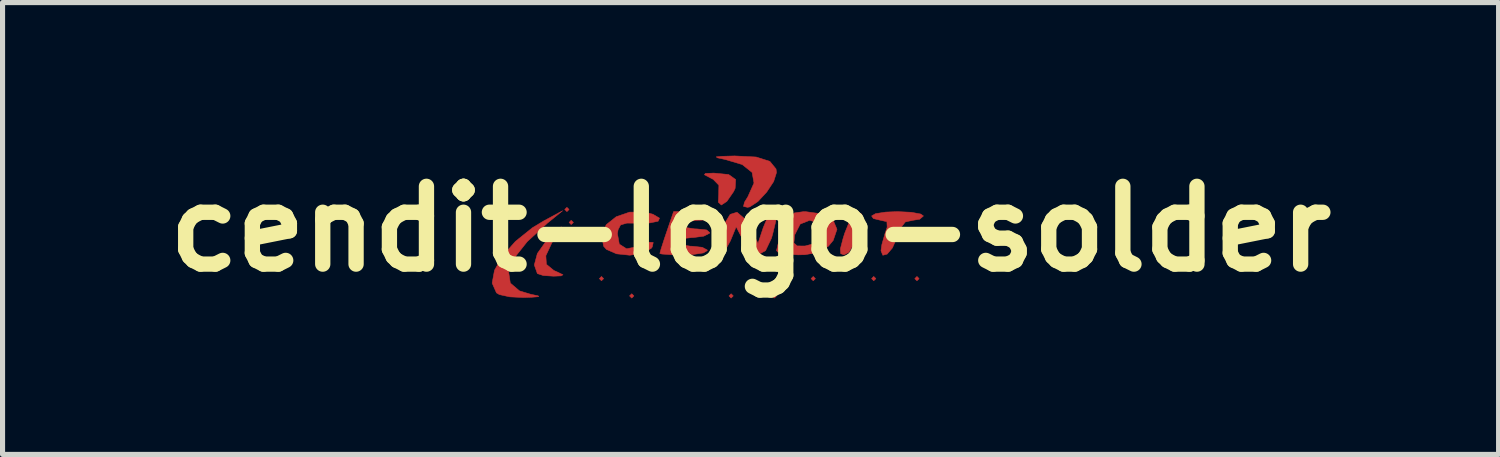
<source format=kicad_pcb>
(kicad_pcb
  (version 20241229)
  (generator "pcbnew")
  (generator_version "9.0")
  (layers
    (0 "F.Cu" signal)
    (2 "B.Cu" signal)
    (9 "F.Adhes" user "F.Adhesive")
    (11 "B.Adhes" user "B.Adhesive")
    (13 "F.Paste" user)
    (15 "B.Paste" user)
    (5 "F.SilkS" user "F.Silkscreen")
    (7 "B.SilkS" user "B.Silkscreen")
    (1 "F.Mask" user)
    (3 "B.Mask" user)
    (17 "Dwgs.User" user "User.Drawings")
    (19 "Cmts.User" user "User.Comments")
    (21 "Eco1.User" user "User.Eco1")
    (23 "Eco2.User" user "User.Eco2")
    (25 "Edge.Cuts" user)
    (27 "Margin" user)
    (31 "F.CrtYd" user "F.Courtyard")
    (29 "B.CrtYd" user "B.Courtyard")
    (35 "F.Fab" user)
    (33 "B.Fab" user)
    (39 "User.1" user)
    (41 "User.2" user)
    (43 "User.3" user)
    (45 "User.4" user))
  (footprint "cendit-logo-solder"
    (layer "F.Cu")
    (at 11.655 1.435)
    (property "Reference" "cendit-logo-solder" (at 0 0 0) (layer "F.SilkS") (effects (font (size 1.524 1.524) (thickness 0.3))))
    (attr through_hole)
    (fp_poly (pts (xy -3.556 -0.381) (xy -3.598 -0.339) (xy -3.641 -0.381) (xy -3.598 -0.423) (xy -3.556 -0.381)) (stroke (width 0.01) (type solid)) (fill yes) (layer "F.Cu"))
    (fp_poly (pts (xy -3.471 -0.127) (xy -3.514 -0.085) (xy -3.556 -0.127) (xy -3.514 -0.169) (xy -3.471 -0.127)) (stroke (width 0.01) (type solid)) (fill yes) (layer "F.Cu"))
    (fp_poly (pts (xy -2.879 0.974) (xy -2.921 1.016) (xy -2.963 0.974) (xy -2.921 0.931) (xy -2.879 0.974)) (stroke (width 0.01) (type solid)) (fill yes) (layer "F.Cu"))
    (fp_poly (pts (xy -2.286 1.312) (xy -2.328 1.355) (xy -2.371 1.312) (xy -2.328 1.27) (xy -2.286 1.312)) (stroke (width 0.01) (type solid)) (fill yes) (layer "F.Cu"))
    (fp_poly (pts (xy -0.339 1.312) (xy -0.381 1.355) (xy -0.423 1.312) (xy -0.381 1.27) (xy -0.339 1.312)) (stroke (width 0.01) (type solid)) (fill yes) (layer "F.Cu"))
    (fp_poly (pts (xy 0.508 1.312) (xy 0.466 1.355) (xy 0.423 1.312) (xy 0.466 1.27) (xy 0.508 1.312)) (stroke (width 0.01) (type solid)) (fill yes) (layer "F.Cu"))
    (fp_poly (pts (xy 0.762 0.974) (xy 0.72 1.016) (xy 0.677 0.974) (xy 0.72 0.931) (xy 0.762 0.974)) (stroke (width 0.01) (type solid)) (fill yes) (layer "F.Cu"))
    (fp_poly (pts (xy 1.27 0.974) (xy 1.228 1.016) (xy 1.185 0.974) (xy 1.228 0.931) (xy 1.27 0.974)) (stroke (width 0.01) (type solid)) (fill yes) (layer "F.Cu"))
    (fp_poly (pts (xy 2.455 0.974) (xy 2.413 1.016) (xy 2.371 0.974) (xy 2.413 0.931) (xy 2.455 0.974)) (stroke (width 0.01) (type solid)) (fill yes) (layer "F.Cu"))
    (fp_poly (pts (xy 3.302 0.974) (xy 3.26 1.016) (xy 3.217 0.974) (xy 3.26 0.931) (xy 3.302 0.974)) (stroke (width 0.01) (type solid)) (fill yes) (layer "F.Cu"))
    (fp_poly (pts (xy 2.181 -0.286) (xy 2.168 -0.131) (xy 2.049 0.249) (xy 1.925 0.46) (xy 1.83 0.508) (xy 1.766 0.485) (xy 1.759 0.392) (xy 1.811 0.192) (xy 1.844 0.085) (xy 1.946 -0.167) (xy 2.051 -0.316) (xy 2.1 -0.339) (xy 2.181 -0.286)) (stroke (width 0.01) (type solid)) (fill yes) (layer "F.Cu"))
    (fp_poly (pts (xy -0.43 -1.066) (xy -0.292 -0.968) (xy -0.302 -0.796) (xy -0.333 -0.73) (xy -0.465 -0.539) (xy -0.573 -0.468) (xy -0.632 -0.524) (xy -0.625 -0.665) (xy -0.621 -0.856) (xy -0.733 -0.972) (xy -0.776 -0.994) (xy -0.904 -1.061) (xy -0.886 -1.087) (xy -0.72 -1.094) (xy -0.43 -1.066)) (stroke (width 0.01) (type solid)) (fill yes) (layer "F.Cu"))
    (fp_poly (pts (xy -3.893 0.272) (xy -4.011 0.525) (xy -4 0.694) (xy -3.854 0.814) (xy -3.78 0.847) (xy -3.675 0.898) (xy -3.712 0.92) (xy -3.859 0.926) (xy -4.061 0.913) (xy -4.177 0.875) (xy -4.237 0.706) (xy -4.177 0.481) (xy -4.01 0.245) (xy -3.971 0.206) (xy -3.709 -0.042) (xy -3.893 0.272)) (stroke (width 0.01) (type solid)) (fill yes) (layer "F.Cu"))
    (fp_poly (pts (xy 0.109 -1.409) (xy 0.377 -1.324) (xy 0.499 -1.175) (xy 0.508 -1.104) (xy 0.452 -0.928) (xy 0.315 -0.721) (xy 0.143 -0.536) (xy -0.017 -0.431) (xy -0.06 -0.423) (xy -0.139 -0.441) (xy -0.119 -0.523) (xy -0.052 -0.632) (xy 0.067 -0.899) (xy 0.03 -1.107) (xy -0.163 -1.261) (xy -0.491 -1.359) (xy -0.648 -1.393) (xy -0.673 -1.412) (xy -0.554 -1.423) (xy -0.312 -1.43) (xy 0.109 -1.409)) (stroke (width 0.01) (type solid)) (fill yes) (layer "F.Cu"))
    (fp_poly (pts (xy -3.979 -0.115) (xy -4.374 0.247) (xy -4.629 0.568) (xy -4.74 0.842) (xy -4.707 1.061) (xy -4.527 1.214) (xy -4.309 1.28) (xy -4.161 1.311) (xy -4.152 1.328) (xy -4.293 1.339) (xy -4.449 1.344) (xy -4.717 1.331) (xy -4.919 1.287) (xy -4.978 1.253) (xy -5.063 1.061) (xy -5.017 0.811) (xy -4.859 0.529) (xy -4.605 0.243) (xy -4.274 -0.023) (xy -4.05 -0.158) (xy -3.683 -0.356) (xy -3.979 -0.115)) (stroke (width 0.01) (type solid)) (fill yes) (layer "F.Cu"))
    (fp_poly (pts (xy 3.149 -0.326) (xy 3.333 -0.292) (xy 3.387 -0.254) (xy 3.314 -0.19) (xy 3.178 -0.169) (xy 3.032 -0.137) (xy 2.934 -0.013) (xy 2.869 0.169) (xy 2.779 0.372) (xy 2.676 0.493) (xy 2.591 0.516) (xy 2.555 0.428) (xy 2.573 0.304) (xy 2.635 0.087) (xy 2.676 -0.034) (xy 2.671 -0.142) (xy 2.549 -0.169) (xy 2.407 -0.203) (xy 2.371 -0.254) (xy 2.448 -0.299) (xy 2.649 -0.33) (xy 2.879 -0.339) (xy 3.149 -0.326)) (stroke (width 0.01) (type solid)) (fill yes) (layer "F.Cu"))
    (fp_poly (pts (xy 0.495 -0.299) (xy 0.496 -0.161) (xy 0.433 0.1) (xy 0.41 0.181) (xy 0.293 0.426) (xy 0.147 0.506) (xy -0.012 0.419) (xy -0.139 0.233) (xy -0.282 -0.042) (xy -0.395 0.233) (xy -0.501 0.424) (xy -0.599 0.504) (xy -0.656 0.466) (xy -0.644 0.3) (xy -0.525 -0.077) (xy -0.4 -0.285) (xy -0.266 -0.327) (xy -0.12 -0.203) (xy -0.014 -0.027) (xy 0.146 0.284) (xy 0.249 -0.027) (xy 0.333 -0.226) (xy 0.413 -0.333) (xy 0.43 -0.339) (xy 0.495 -0.299)) (stroke (width 0.01) (type solid)) (fill yes) (layer "F.Cu"))
    (fp_poly (pts (xy -1.912 -0.287) (xy -1.784 -0.211) (xy -1.811 -0.151) (xy -1.976 -0.117) (xy -2.18 -0.113) (xy -2.424 -0.114) (xy -2.547 -0.078) (xy -2.596 0.017) (xy -2.608 0.095) (xy -2.572 0.298) (xy -2.429 0.389) (xy -2.216 0.346) (xy -2.201 0.338) (xy -2.007 0.259) (xy -1.907 0.265) (xy -1.926 0.353) (xy -1.947 0.381) (xy -2.119 0.48) (xy -2.367 0.515) (xy -2.625 0.488) (xy -2.823 0.402) (xy -2.879 0.339) (xy -2.92 0.117) (xy -2.827 -0.083) (xy -2.632 -0.239) (xy -2.37 -0.329) (xy -2.075 -0.331) (xy -1.912 -0.287)) (stroke (width 0.01) (type solid)) (fill yes) (layer "F.Cu"))
    (fp_poly (pts (xy 1.407 -0.293) (xy 1.618 -0.171) (xy 1.693 0.008) (xy 1.619 0.225) (xy 1.524 0.339) (xy 1.34 0.456) (xy 1.067 0.505) (xy 0.931 0.508) (xy 0.69 0.493) (xy 0.537 0.455) (xy 0.508 0.425) (xy 0.537 0.3) (xy 0.546 0.275) (xy 0.848 0.275) (xy 0.913 0.333) (xy 1.066 0.335) (xy 1.238 0.29) (xy 1.354 0.213) (xy 1.422 0.035) (xy 1.347 -0.11) (xy 1.157 -0.169) (xy 1.156 -0.169) (xy 0.972 -0.095) (xy 0.866 0.114) (xy 0.848 0.275) (xy 0.546 0.275) (xy 0.611 0.087) (xy 0.644 0.002) (xy 0.746 -0.215) (xy 0.858 -0.313) (xy 1.035 -0.338) (xy 1.073 -0.339) (xy 1.407 -0.293)) (stroke (width 0.01) (type solid)) (fill yes) (layer "F.Cu"))
    (fp_poly (pts (xy -0.775 -0.325) (xy -0.642 -0.287) (xy -0.635 -0.254) (xy -0.746 -0.2) (xy -0.957 -0.171) (xy -1.021 -0.169) (xy -1.231 -0.15) (xy -1.347 -0.103) (xy -1.355 -0.085) (xy -1.28 -0.029) (xy -1.097 -0.001) (xy -1.053 0) (xy -0.861 0.02) (xy -0.799 0.073) (xy -0.804 0.085) (xy -0.917 0.142) (xy -1.122 0.169) (xy -1.148 0.169) (xy -1.342 0.191) (xy -1.437 0.244) (xy -1.439 0.254) (xy -1.365 0.31) (xy -1.182 0.338) (xy -1.143 0.339) (xy -0.947 0.36) (xy -0.849 0.412) (xy -0.847 0.423) (xy -0.923 0.47) (xy -1.121 0.5) (xy -1.312 0.508) (xy -1.567 0.504) (xy -1.737 0.492) (xy -1.778 0.481) (xy -1.753 0.392) (xy -1.69 0.196) (xy -1.643 0.057) (xy -1.508 -0.339) (xy -1.045 -0.339) (xy -0.775 -0.325)) (stroke (width 0.01) (type solid)) (fill yes) (layer "F.Cu")))
  (gr_rect
    (start -3 -3)
    (end 26.31 5.853)
    (stroke (width 0.1) (type default))
    (fill no)
    (layer "Edge.Cuts")))
</source>
